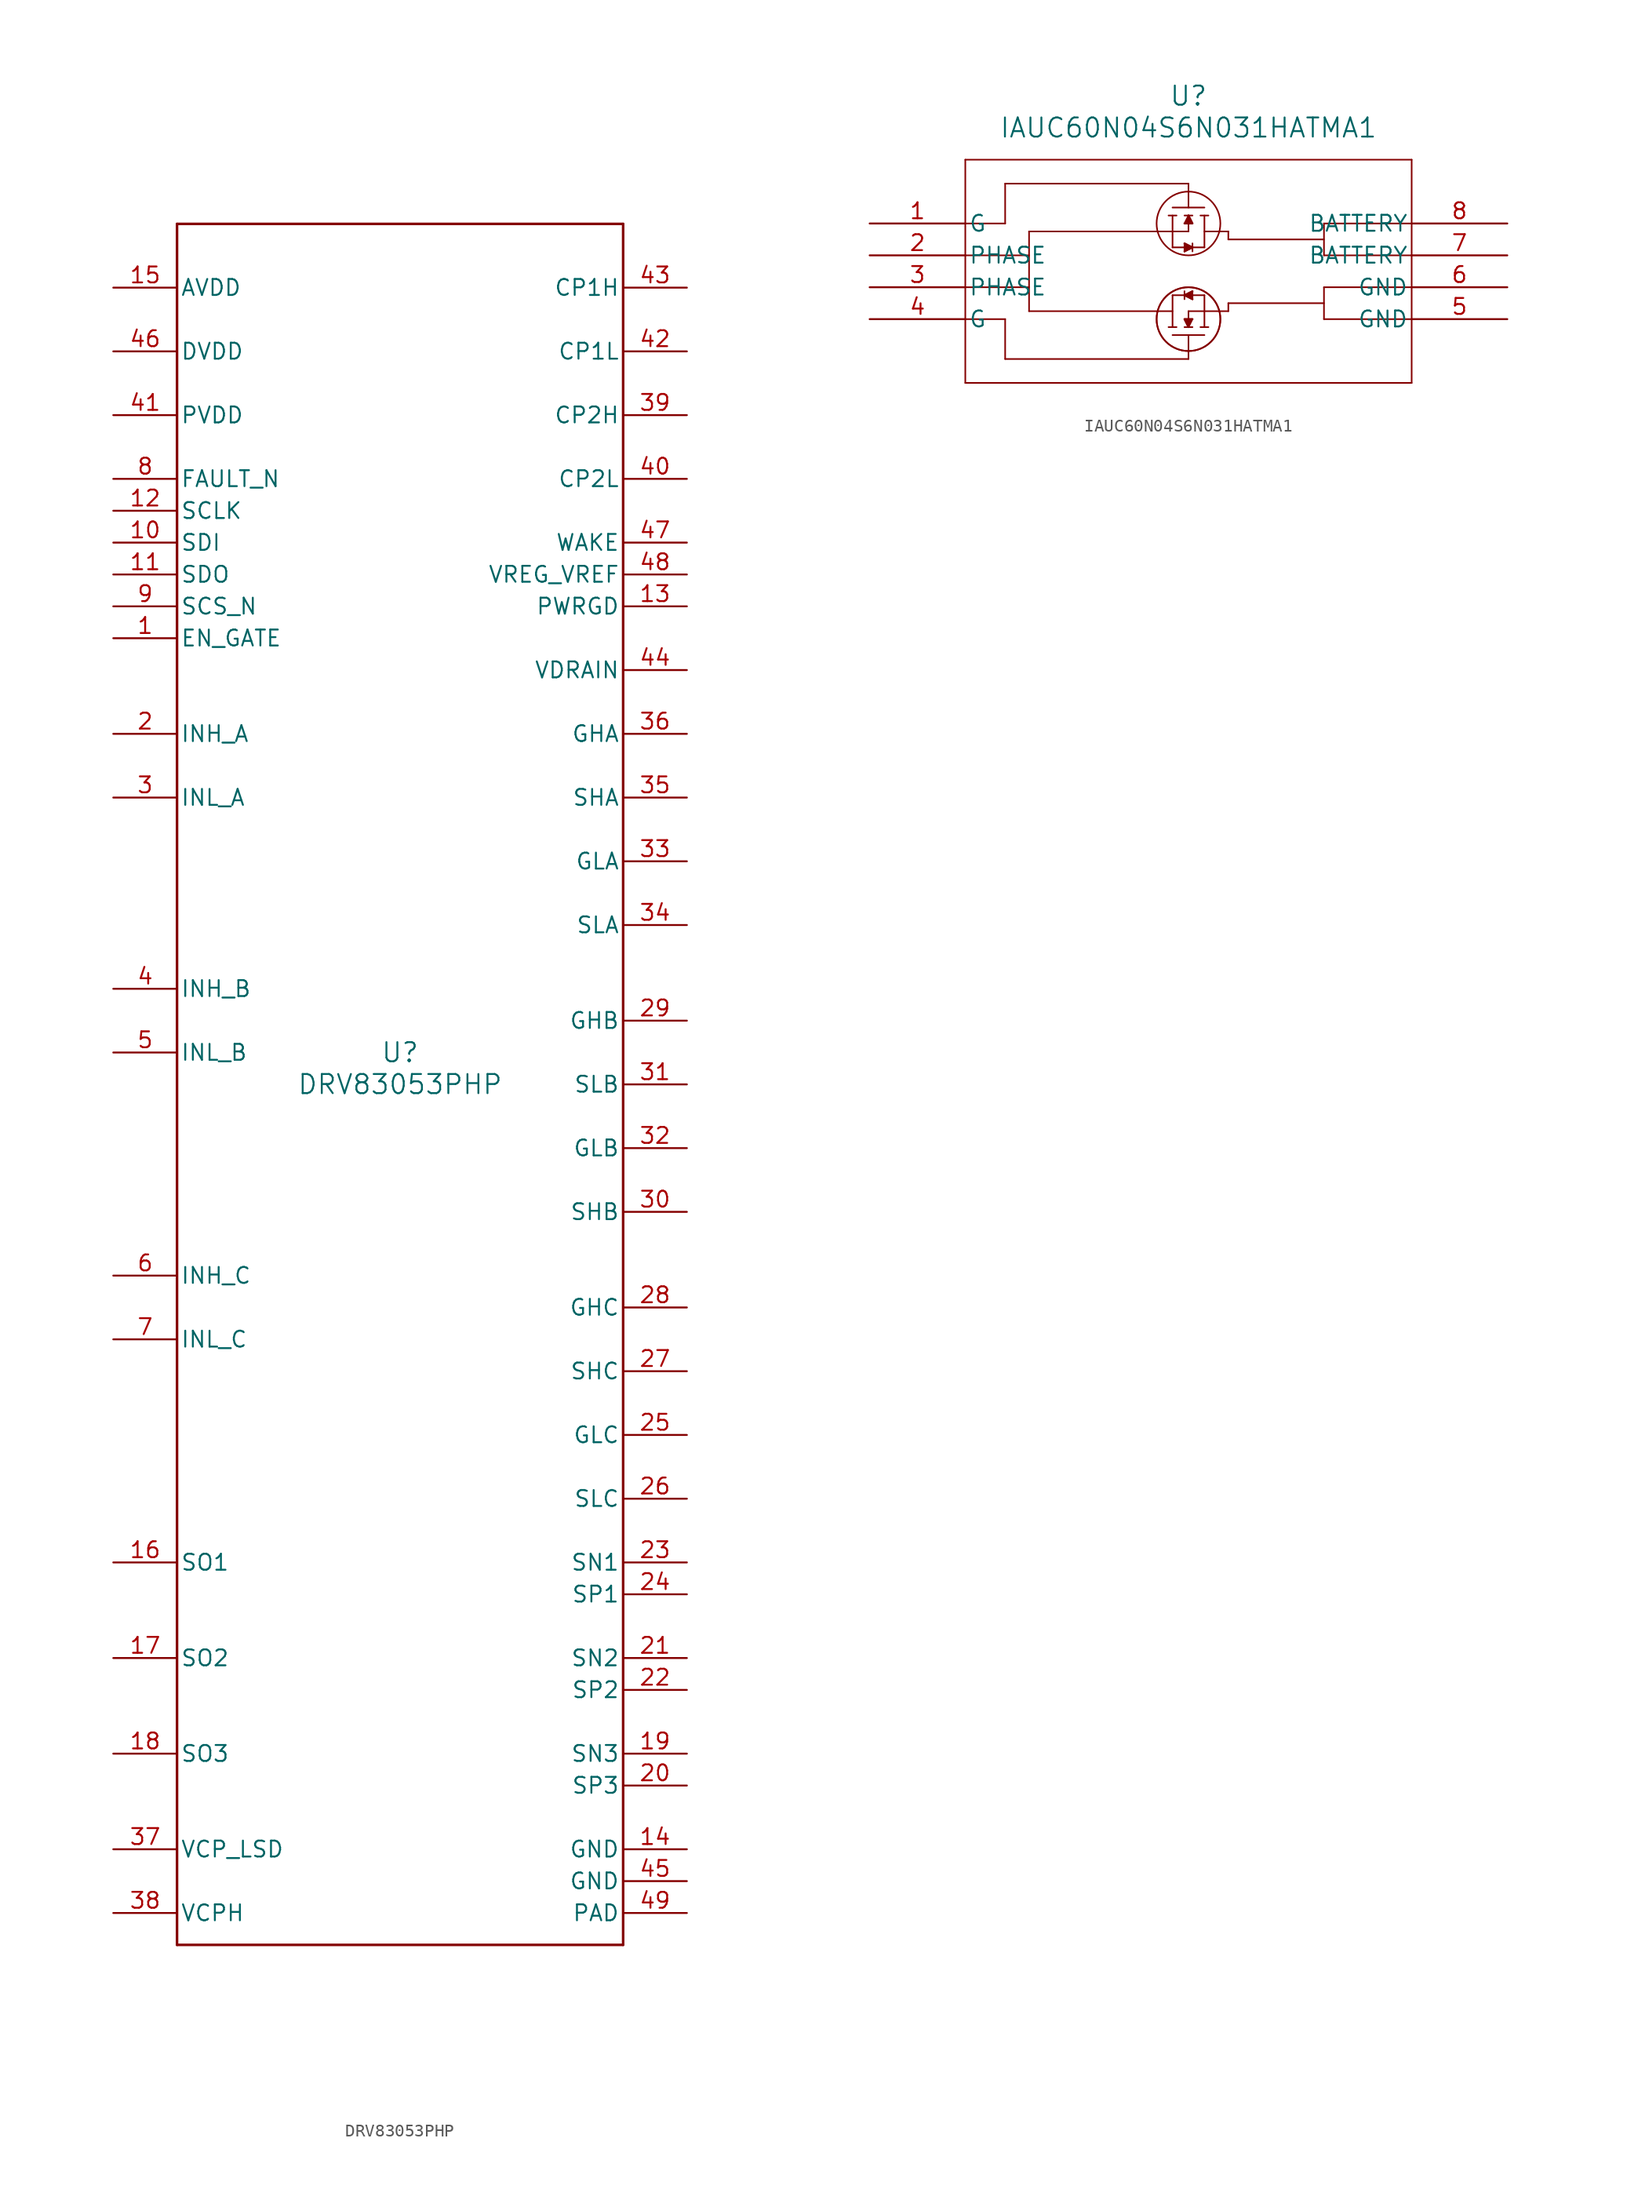
<source format=kicad_sym>
(kicad_symbol_lib
  (version 20231120)
  (generator "kicad_symbol_editor")
  (generator_version "8.0")
  (symbol "DRV83053PHP"
    (pin_names
      (offset 0.254))
    (property "Reference" "U"
      (at 0 2.54 0)
      (effects (font (size 1.524 1.524))))
    (property "Value" "DRV83053PHP"
      (at 0 0 0)
      (effects (font (size 1.524 1.524))))
    (property "ki_locked" ""
      (at 0 0 0)
      (effects (font (size 1.27 1.27))))
    (symbol "DRV83053PHP_0_1"
      (polyline (pts (xy -17.78 -68.58) (xy 17.78 -68.58)) (stroke (width 0.203) (type default)) (fill (type none)))
      (polyline (pts (xy -17.78 68.58) (xy -17.78 -68.58)) (stroke (width 0.203) (type default)) (fill (type none)))
      (polyline (pts (xy 17.78 -68.58) (xy 17.78 68.58)) (stroke (width 0.203) (type default)) (fill (type none)))
      (polyline (pts (xy 17.78 68.58) (xy -17.78 68.58)) (stroke (width 0.203) (type default)) (fill (type none)))
      (pin input line (at -22.86 35.56 0) (length 5.08) (name "EN_GATE" (effects (font (size 1.27 1.27)))) (number "1" (effects (font (size 1.27 1.27)))))
      (pin input line (at -22.86 43.18 0) (length 5.08) (name "SDI" (effects (font (size 1.27 1.27)))) (number "10" (effects (font (size 1.27 1.27)))))
      (pin output line (at -22.86 40.64 0) (length 5.08) (name "SDO" (effects (font (size 1.27 1.27)))) (number "11" (effects (font (size 1.27 1.27)))))
      (pin input line (at -22.86 45.72 0) (length 5.08) (name "SCLK" (effects (font (size 1.27 1.27)))) (number "12" (effects (font (size 1.27 1.27)))))
      (pin open_collector line (at 22.86 38.1 180) (length 5.08) (name "PWRGD" (effects (font (size 1.27 1.27)))) (number "13" (effects (font (size 1.27 1.27)))))
      (pin power_in line (at 22.86 -60.96 180) (length 5.08) (name "GND" (effects (font (size 1.27 1.27)))) (number "14" (effects (font (size 1.27 1.27)))))
      (pin power_in line (at -22.86 63.5 0) (length 5.08) (name "AVDD" (effects (font (size 1.27 1.27)))) (number "15" (effects (font (size 1.27 1.27)))))
      (pin output line (at -22.86 -38.1 0) (length 5.08) (name "SO1" (effects (font (size 1.27 1.27)))) (number "16" (effects (font (size 1.27 1.27)))))
      (pin output line (at -22.86 -45.72 0) (length 5.08) (name "SO2" (effects (font (size 1.27 1.27)))) (number "17" (effects (font (size 1.27 1.27)))))
      (pin output line (at -22.86 -53.34 0) (length 5.08) (name "SO3" (effects (font (size 1.27 1.27)))) (number "18" (effects (font (size 1.27 1.27)))))
      (pin input line (at 22.86 -53.34 180) (length 5.08) (name "SN3" (effects (font (size 1.27 1.27)))) (number "19" (effects (font (size 1.27 1.27)))))
      (pin input line (at -22.86 27.94 0) (length 5.08) (name "INH_A" (effects (font (size 1.27 1.27)))) (number "2" (effects (font (size 1.27 1.27)))))
      (pin input line (at 22.86 -55.88 180) (length 5.08) (name "SP3" (effects (font (size 1.27 1.27)))) (number "20" (effects (font (size 1.27 1.27)))))
      (pin input line (at 22.86 -45.72 180) (length 5.08) (name "SN2" (effects (font (size 1.27 1.27)))) (number "21" (effects (font (size 1.27 1.27)))))
      (pin input line (at 22.86 -48.26 180) (length 5.08) (name "SP2" (effects (font (size 1.27 1.27)))) (number "22" (effects (font (size 1.27 1.27)))))
      (pin input line (at 22.86 -38.1 180) (length 5.08) (name "SN1" (effects (font (size 1.27 1.27)))) (number "23" (effects (font (size 1.27 1.27)))))
      (pin input line (at 22.86 -40.64 180) (length 5.08) (name "SP1" (effects (font (size 1.27 1.27)))) (number "24" (effects (font (size 1.27 1.27)))))
      (pin output line (at 22.86 -27.94 180) (length 5.08) (name "GLC" (effects (font (size 1.27 1.27)))) (number "25" (effects (font (size 1.27 1.27)))))
      (pin input line (at 22.86 -33.02 180) (length 5.08) (name "SLC" (effects (font (size 1.27 1.27)))) (number "26" (effects (font (size 1.27 1.27)))))
      (pin input line (at 22.86 -22.86 180) (length 5.08) (name "SHC" (effects (font (size 1.27 1.27)))) (number "27" (effects (font (size 1.27 1.27)))))
      (pin output line (at 22.86 -17.78 180) (length 5.08) (name "GHC" (effects (font (size 1.27 1.27)))) (number "28" (effects (font (size 1.27 1.27)))))
      (pin output line (at 22.86 5.08 180) (length 5.08) (name "GHB" (effects (font (size 1.27 1.27)))) (number "29" (effects (font (size 1.27 1.27)))))
      (pin input line (at -22.86 22.86 0) (length 5.08) (name "INL_A" (effects (font (size 1.27 1.27)))) (number "3" (effects (font (size 1.27 1.27)))))
      (pin input line (at 22.86 -10.16 180) (length 5.08) (name "SHB" (effects (font (size 1.27 1.27)))) (number "30" (effects (font (size 1.27 1.27)))))
      (pin input line (at 22.86 0 180) (length 5.08) (name "SLB" (effects (font (size 1.27 1.27)))) (number "31" (effects (font (size 1.27 1.27)))))
      (pin output line (at 22.86 -5.08 180) (length 5.08) (name "GLB" (effects (font (size 1.27 1.27)))) (number "32" (effects (font (size 1.27 1.27)))))
      (pin output line (at 22.86 17.78 180) (length 5.08) (name "GLA" (effects (font (size 1.27 1.27)))) (number "33" (effects (font (size 1.27 1.27)))))
      (pin input line (at 22.86 12.7 180) (length 5.08) (name "SLA" (effects (font (size 1.27 1.27)))) (number "34" (effects (font (size 1.27 1.27)))))
      (pin input line (at 22.86 22.86 180) (length 5.08) (name "SHA" (effects (font (size 1.27 1.27)))) (number "35" (effects (font (size 1.27 1.27)))))
      (pin output line (at 22.86 27.94 180) (length 5.08) (name "GHA" (effects (font (size 1.27 1.27)))) (number "36" (effects (font (size 1.27 1.27)))))
      (pin unspecified line (at -22.86 -60.96 0) (length 5.08) (name "VCP_LSD" (effects (font (size 1.27 1.27)))) (number "37" (effects (font (size 1.27 1.27)))))
      (pin unspecified line (at -22.86 -66.04 0) (length 5.08) (name "VCPH" (effects (font (size 1.27 1.27)))) (number "38" (effects (font (size 1.27 1.27)))))
      (pin unspecified line (at 22.86 53.34 180) (length 5.08) (name "CP2H" (effects (font (size 1.27 1.27)))) (number "39" (effects (font (size 1.27 1.27)))))
      (pin input line (at -22.86 7.62 0) (length 5.08) (name "INH_B" (effects (font (size 1.27 1.27)))) (number "4" (effects (font (size 1.27 1.27)))))
      (pin unspecified line (at 22.86 48.26 180) (length 5.08) (name "CP2L" (effects (font (size 1.27 1.27)))) (number "40" (effects (font (size 1.27 1.27)))))
      (pin power_in line (at -22.86 53.34 0) (length 5.08) (name "PVDD" (effects (font (size 1.27 1.27)))) (number "41" (effects (font (size 1.27 1.27)))))
      (pin unspecified line (at 22.86 58.42 180) (length 5.08) (name "CP1L" (effects (font (size 1.27 1.27)))) (number "42" (effects (font (size 1.27 1.27)))))
      (pin unspecified line (at 22.86 63.5 180) (length 5.08) (name "CP1H" (effects (font (size 1.27 1.27)))) (number "43" (effects (font (size 1.27 1.27)))))
      (pin power_in line (at 22.86 33.02 180) (length 5.08) (name "VDRAIN" (effects (font (size 1.27 1.27)))) (number "44" (effects (font (size 1.27 1.27)))))
      (pin power_in line (at 22.86 -63.5 180) (length 5.08) (name "GND" (effects (font (size 1.27 1.27)))) (number "45" (effects (font (size 1.27 1.27)))))
      (pin power_in line (at -22.86 58.42 0) (length 5.08) (name "DVDD" (effects (font (size 1.27 1.27)))) (number "46" (effects (font (size 1.27 1.27)))))
      (pin input line (at 22.86 43.18 180) (length 5.08) (name "WAKE" (effects (font (size 1.27 1.27)))) (number "47" (effects (font (size 1.27 1.27)))))
      (pin power_in line (at 22.86 40.64 180) (length 5.08) (name "VREG_VREF" (effects (font (size 1.27 1.27)))) (number "48" (effects (font (size 1.27 1.27)))))
      (pin power_in line (at 22.86 -66.04 180) (length 5.08) (name "PAD" (effects (font (size 1.27 1.27)))) (number "49" (effects (font (size 1.27 1.27)))))
      (pin input line (at -22.86 2.54 0) (length 5.08) (name "INL_B" (effects (font (size 1.27 1.27)))) (number "5" (effects (font (size 1.27 1.27)))))
      (pin input line (at -22.86 -15.24 0) (length 5.08) (name "INH_C" (effects (font (size 1.27 1.27)))) (number "6" (effects (font (size 1.27 1.27)))))
      (pin input line (at -22.86 -20.32 0) (length 5.08) (name "INL_C" (effects (font (size 1.27 1.27)))) (number "7" (effects (font (size 1.27 1.27)))))
      (pin open_collector line (at -22.86 48.26 0) (length 5.08) (name "FAULT_N" (effects (font (size 1.27 1.27)))) (number "8" (effects (font (size 1.27 1.27)))))
      (pin input line (at -22.86 38.1 0) (length 5.08) (name "SCS_N" (effects (font (size 1.27 1.27)))) (number "9" (effects (font (size 1.27 1.27)))))))
  (symbol "IAUC60N04S6N031HATMA1"
    (pin_names
      (offset 0.254))
    (property "Reference" "U"
      (at 25.4 10.16 0)
      (effects (font (size 1.524 1.524))))
    (property "Value" "IAUC60N04S6N031HATMA1"
      (at 25.4 7.62 0)
      (effects (font (size 1.524 1.524))))
    (property "ki_locked" ""
      (at 0 0 0)
      (effects (font (size 1.27 1.27))))
    (symbol "IAUC60N04S6N031HATMA1_0_1"
      (polyline (pts (xy 7.62 -12.7) (xy 43.18 -12.7)) (stroke (width 0.127) (type default)) (fill (type none)))
      (polyline (pts (xy 7.62 -5.08) (xy 12.7 -5.08)) (stroke (width 0.127) (type default)) (fill (type none)))
      (polyline (pts (xy 7.62 -2.54) (xy 12.7 -2.54)) (stroke (width 0.127) (type default)) (fill (type none)))
      (polyline (pts (xy 7.62 0) (xy 10.795 0)) (stroke (width 0.127) (type default)) (fill (type none)))
      (polyline (pts (xy 7.62 5.08) (xy 7.62 -12.7)) (stroke (width 0.127) (type default)) (fill (type none)))
      (polyline (pts (xy 10.795 -10.795) (xy 10.795 -7.62)) (stroke (width 0.127) (type default)) (fill (type none)))
      (polyline (pts (xy 10.795 -7.62) (xy 7.62 -7.62)) (stroke (width 0.127) (type default)) (fill (type none)))
      (polyline (pts (xy 10.795 3.175) (xy 10.795 0)) (stroke (width 0.127) (type default)) (fill (type none)))
      (polyline (pts (xy 12.7 -0.635) (xy 12.7 -6.985)) (stroke (width 0.127) (type default)) (fill (type none)))
      (polyline (pts (xy 23.812 0.635) (xy 24.448 0.635)) (stroke (width 0.127) (type default)) (fill (type none)))
      (polyline (pts (xy 24.13 -6.985) (xy 12.7 -6.985)) (stroke (width 0.127) (type default)) (fill (type none)))
      (polyline (pts (xy 24.13 -5.715) (xy 24.13 -8.255)) (stroke (width 0.127) (type default)) (fill (type none)))
      (polyline (pts (xy 24.13 -1.905) (xy 26.67 -1.905)) (stroke (width 0.127) (type default)) (fill (type none)))
      (polyline (pts (xy 24.13 0.635) (xy 24.13 -1.905)) (stroke (width 0.127) (type default)) (fill (type none)))
      (polyline (pts (xy 24.13 1.27) (xy 26.67 1.27)) (stroke (width 0.127) (type default)) (fill (type none)))
      (polyline (pts (xy 24.448 -8.255) (xy 23.812 -8.255)) (stroke (width 0.127) (type default)) (fill (type none)))
      (polyline (pts (xy 25.082 -7.62) (xy 25.4 -8.255)) (stroke (width 0.127) (type default)) (fill (type none)))
      (polyline (pts (xy 25.082 -6.032) (xy 25.082 -5.397)) (stroke (width 0.127) (type default)) (fill (type none)))
      (polyline (pts (xy 25.082 -5.715) (xy 25.718 -6.032)) (stroke (width 0.127) (type default)) (fill (type none)))
      (polyline (pts (xy 25.082 -2.223) (xy 25.718 -1.905)) (stroke (width 0.127) (type default)) (fill (type none)))
      (polyline (pts (xy 25.082 -1.587) (xy 25.082 -2.223)) (stroke (width 0.127) (type default)) (fill (type none)))
      (polyline (pts (xy 25.082 0) (xy 25.718 0)) (stroke (width 0.127) (type default)) (fill (type none)))
      (polyline (pts (xy 25.082 0.635) (xy 25.718 0.635)) (stroke (width 0.127) (type default)) (fill (type none)))
      (polyline (pts (xy 25.4 -10.795) (xy 10.795 -10.795)) (stroke (width 0.127) (type default)) (fill (type none)))
      (polyline (pts (xy 25.4 -8.89) (xy 25.4 -10.795)) (stroke (width 0.127) (type default)) (fill (type none)))
      (polyline (pts (xy 25.4 -8.255) (xy 25.4 -6.985)) (stroke (width 0.127) (type default)) (fill (type none)))
      (polyline (pts (xy 25.4 -8.255) (xy 25.718 -7.62)) (stroke (width 0.127) (type default)) (fill (type none)))
      (polyline (pts (xy 25.4 -6.985) (xy 28.575 -6.985)) (stroke (width 0.127) (type default)) (fill (type none)))
      (polyline (pts (xy 25.4 -0.635) (xy 12.7 -0.635)) (stroke (width 0.127) (type default)) (fill (type none)))
      (polyline (pts (xy 25.4 0.635) (xy 25.082 0)) (stroke (width 0.127) (type default)) (fill (type none)))
      (polyline (pts (xy 25.4 0.635) (xy 25.4 -0.635)) (stroke (width 0.127) (type default)) (fill (type none)))
      (polyline (pts (xy 25.4 1.27) (xy 25.4 3.175)) (stroke (width 0.127) (type default)) (fill (type none)))
      (polyline (pts (xy 25.4 3.175) (xy 10.795 3.175)) (stroke (width 0.127) (type default)) (fill (type none)))
      (polyline (pts (xy 25.718 -8.255) (xy 25.082 -8.255)) (stroke (width 0.127) (type default)) (fill (type none)))
      (polyline (pts (xy 25.718 -7.62) (xy 25.082 -7.62)) (stroke (width 0.127) (type default)) (fill (type none)))
      (polyline (pts (xy 25.718 -6.032) (xy 25.718 -5.397)) (stroke (width 0.127) (type default)) (fill (type none)))
      (polyline (pts (xy 25.718 -5.397) (xy 25.082 -5.715)) (stroke (width 0.127) (type default)) (fill (type none)))
      (polyline (pts (xy 25.718 -1.905) (xy 25.082 -1.587)) (stroke (width 0.127) (type default)) (fill (type none)))
      (polyline (pts (xy 25.718 -1.587) (xy 25.718 -2.223)) (stroke (width 0.127) (type default)) (fill (type none)))
      (polyline (pts (xy 25.718 0) (xy 25.4 0.635)) (stroke (width 0.127) (type default)) (fill (type none)))
      (polyline (pts (xy 26.352 0.635) (xy 26.988 0.635)) (stroke (width 0.127) (type default)) (fill (type none)))
      (polyline (pts (xy 26.67 -8.89) (xy 24.13 -8.89)) (stroke (width 0.127) (type default)) (fill (type none)))
      (polyline (pts (xy 26.67 -8.255) (xy 26.67 -5.715)) (stroke (width 0.127) (type default)) (fill (type none)))
      (polyline (pts (xy 26.67 -5.715) (xy 24.13 -5.715)) (stroke (width 0.127) (type default)) (fill (type none)))
      (polyline (pts (xy 26.67 -1.905) (xy 26.67 0.635)) (stroke (width 0.127) (type default)) (fill (type none)))
      (polyline (pts (xy 26.67 -0.635) (xy 28.575 -0.635)) (stroke (width 0.127) (type default)) (fill (type none)))
      (polyline (pts (xy 26.988 -8.255) (xy 26.352 -8.255)) (stroke (width 0.127) (type default)) (fill (type none)))
      (polyline (pts (xy 28.575 -6.35) (xy 28.575 -6.985)) (stroke (width 0.127) (type default)) (fill (type none)))
      (polyline (pts (xy 28.575 -0.635) (xy 28.575 -1.27)) (stroke (width 0.127) (type default)) (fill (type none)))
      (polyline (pts (xy 36.195 -7.62) (xy 36.195 -5.08)) (stroke (width 0.127) (type default)) (fill (type none)))
      (polyline (pts (xy 36.195 -6.35) (xy 28.575 -6.35)) (stroke (width 0.127) (type default)) (fill (type none)))
      (polyline (pts (xy 36.195 -2.54) (xy 43.18 -2.54)) (stroke (width 0.127) (type default)) (fill (type none)))
      (polyline (pts (xy 36.195 -1.27) (xy 28.575 -1.27)) (stroke (width 0.127) (type default)) (fill (type none)))
      (polyline (pts (xy 36.195 0) (xy 36.195 -2.54)) (stroke (width 0.127) (type default)) (fill (type none)))
      (polyline (pts (xy 43.18 -12.7) (xy 43.18 5.08)) (stroke (width 0.127) (type default)) (fill (type none)))
      (polyline (pts (xy 43.18 -7.62) (xy 36.195 -7.62)) (stroke (width 0.127) (type default)) (fill (type none)))
      (polyline (pts (xy 43.18 -5.08) (xy 36.195 -5.08)) (stroke (width 0.127) (type default)) (fill (type none)))
      (polyline (pts (xy 43.18 0) (xy 36.195 0)) (stroke (width 0.127) (type default)) (fill (type none)))
      (polyline (pts (xy 43.18 5.08) (xy 7.62 5.08)) (stroke (width 0.127) (type default)) (fill (type none)))
      (polyline (pts (xy 25.082 -2.223) (xy 25.718 -1.905) (xy 25.082 -1.587)) (stroke (width 0) (type default)) (fill (type outline)))
      (polyline (pts (xy 25.082 0) (xy 25.718 0) (xy 25.4 0.635)) (stroke (width 0) (type default)) (fill (type outline)))
      (polyline (pts (xy 25.718 -7.62) (xy 25.082 -7.62) (xy 25.4 -8.255)) (stroke (width 0) (type default)) (fill (type outline)))
      (polyline (pts (xy 25.718 -5.397) (xy 25.082 -5.715) (xy 25.718 -6.032)) (stroke (width 0) (type default)) (fill (type outline)))
      (circle (center 25.4 -7.62) (radius 2.54) (stroke (width 0.127) (type default)) (fill (type none)))
      (circle (center 25.4 -7.62) (radius 2.54) (stroke (width 0.127) (type default)) (fill (type none)))
      (circle (center 25.4 0) (radius 2.54) (stroke (width 0.127) (type default)) (fill (type none)))
      (pin unspecified line (at 0 0 0) (length 7.62) (name "G" (effects (font (size 1.27 1.27)))) (number "1" (effects (font (size 1.27 1.27)))))
      (pin unspecified line (at 0 -2.54 0) (length 7.62) (name "PHASE" (effects (font (size 1.27 1.27)))) (number "2" (effects (font (size 1.27 1.27)))))
      (pin unspecified line (at 0 -5.08 0) (length 7.62) (name "PHASE" (effects (font (size 1.27 1.27)))) (number "3" (effects (font (size 1.27 1.27)))))
      (pin unspecified line (at 0 -7.62 0) (length 7.62) (name "G" (effects (font (size 1.27 1.27)))) (number "4" (effects (font (size 1.27 1.27)))))
      (pin power_out line (at 50.8 -7.62 180) (length 7.62) (name "GND" (effects (font (size 1.27 1.27)))) (number "5" (effects (font (size 1.27 1.27)))))
      (pin power_out line (at 50.8 -5.08 180) (length 7.62) (name "GND" (effects (font (size 1.27 1.27)))) (number "6" (effects (font (size 1.27 1.27)))))
      (pin unspecified line (at 50.8 -2.54 180) (length 7.62) (name "BATTERY" (effects (font (size 1.27 1.27)))) (number "7" (effects (font (size 1.27 1.27)))))
      (pin unspecified line (at 50.8 0 180) (length 7.62) (name "BATTERY" (effects (font (size 1.27 1.27)))) (number "8" (effects (font (size 1.27 1.27))))))))
</source>
